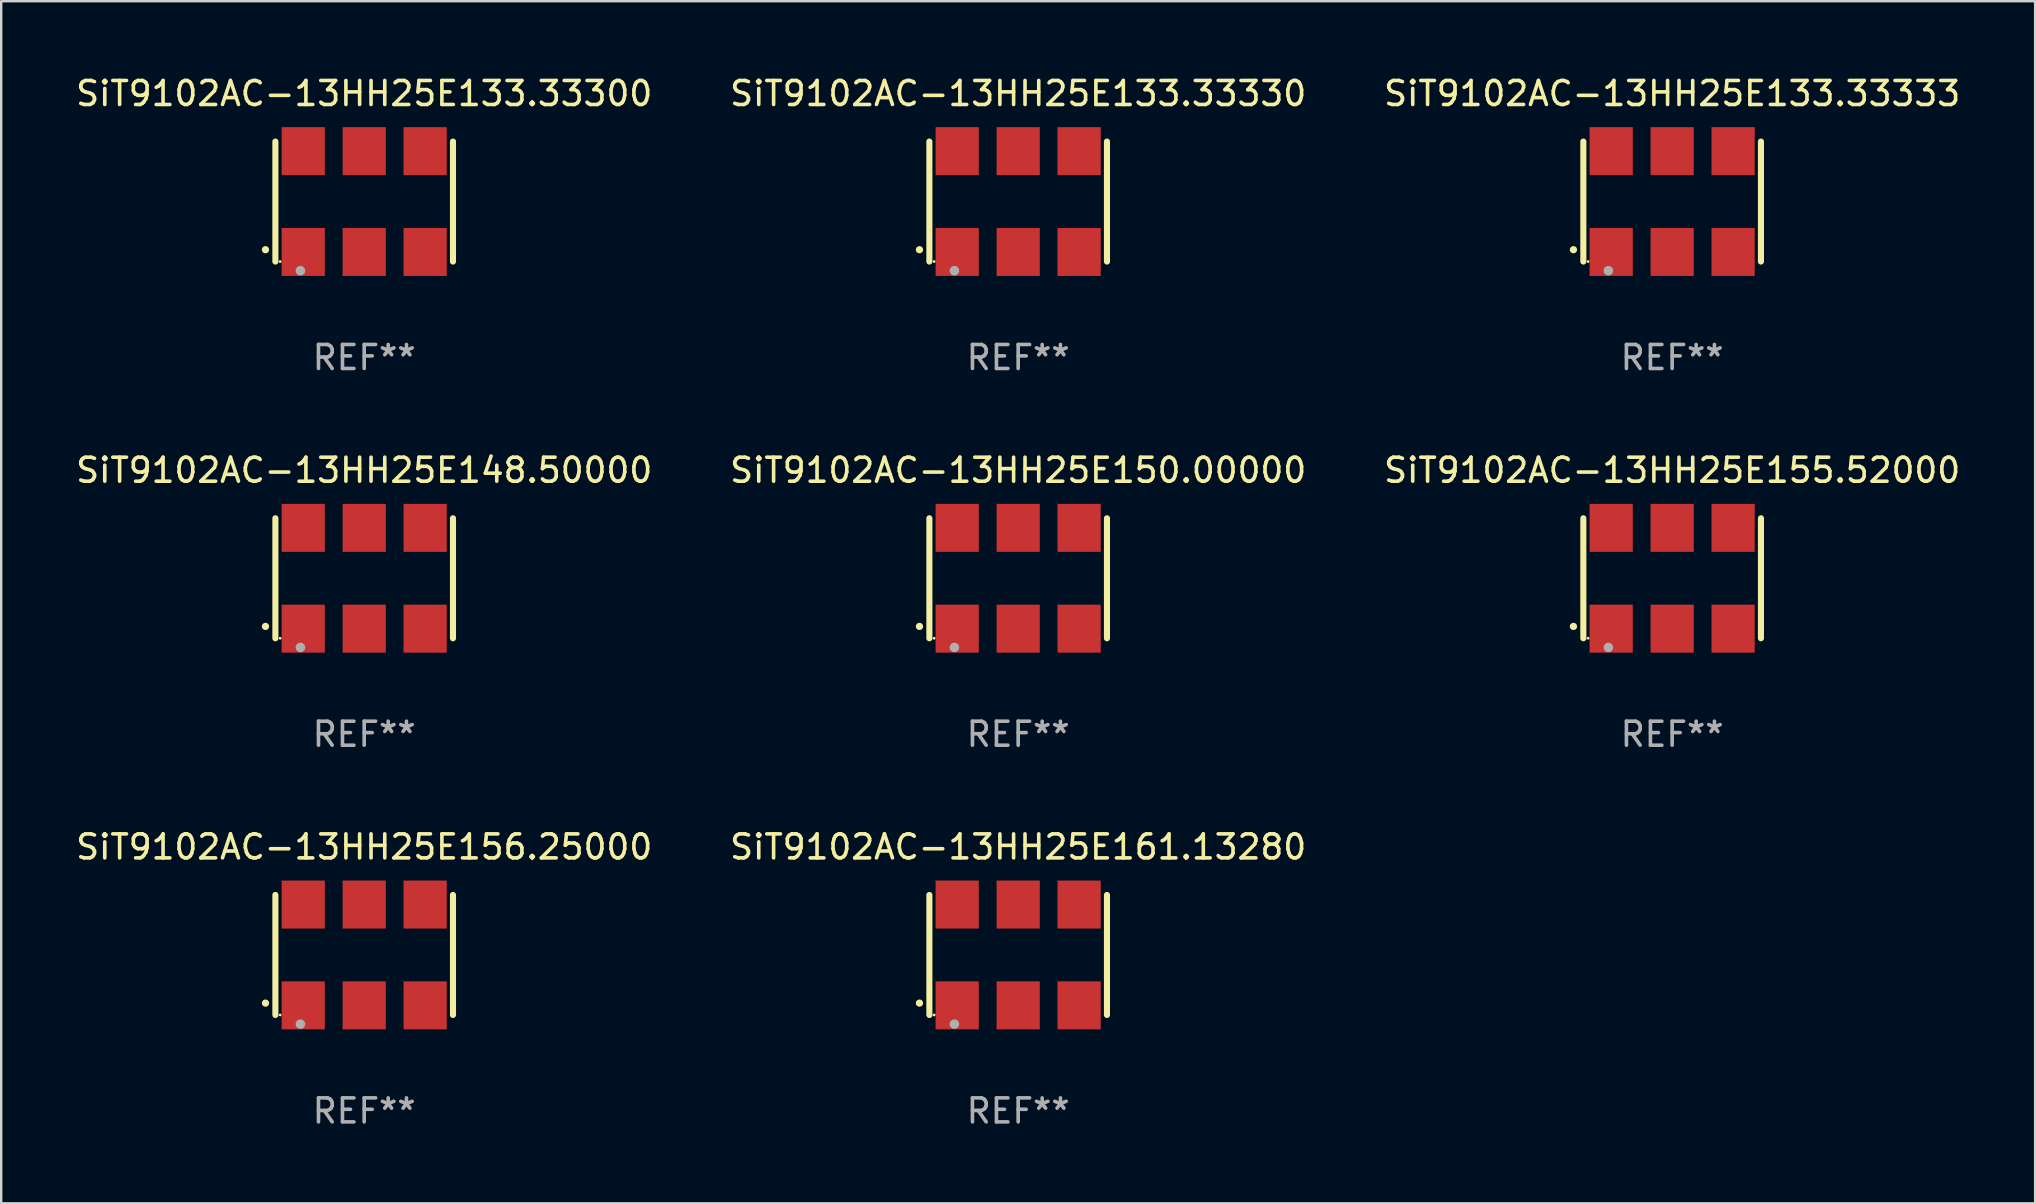
<source format=kicad_pcb>
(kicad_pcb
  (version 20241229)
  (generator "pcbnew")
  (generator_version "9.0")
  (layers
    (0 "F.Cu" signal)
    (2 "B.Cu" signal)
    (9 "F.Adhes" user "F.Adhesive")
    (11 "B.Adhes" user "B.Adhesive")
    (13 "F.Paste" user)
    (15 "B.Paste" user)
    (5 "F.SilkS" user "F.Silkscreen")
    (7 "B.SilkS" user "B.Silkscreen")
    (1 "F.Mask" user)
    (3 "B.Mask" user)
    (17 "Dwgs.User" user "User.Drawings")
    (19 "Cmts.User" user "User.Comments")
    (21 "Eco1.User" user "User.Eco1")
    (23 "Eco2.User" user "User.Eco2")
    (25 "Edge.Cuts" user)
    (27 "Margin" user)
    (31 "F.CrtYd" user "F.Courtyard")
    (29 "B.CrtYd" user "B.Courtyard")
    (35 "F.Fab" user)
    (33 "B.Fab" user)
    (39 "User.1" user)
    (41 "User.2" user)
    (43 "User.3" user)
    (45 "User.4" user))
  (footprint "SiT9102AC-13HH25E155.52000"
    (layer "F.Cu")
    (at 66.625 21.045)
    (property "Reference" "SiT9102AC-13HH25E155.52000" (at 0 -4.5 0) (layer "F.SilkS") (effects (font (size 1 1) (thickness 0.15))))
    (attr through_hole)
    (fp_line (start -3.7 -2.5) (end -3.7 2.5) (stroke (width 0.254) (type solid)) (layer "F.SilkS"))
    (fp_line (start 3.7 -2.5) (end 3.7 2.5) (stroke (width 0.254) (type solid)) (layer "F.SilkS"))
    (fp_arc (start -4.114415 2.006604) (mid -4.113145 2.006599) (end -4.111875 2.006604) (stroke (width 0.3) (type solid)) (layer "F.SilkS"))
    (fp_circle (center -3.502 2.5) (end -3.472 2.5) (stroke (width 0.06) (type solid)) (fill no) (layer "F.SilkS"))
    (fp_circle (center -2.657 2.882) (end -2.557 2.882) (stroke (width 0.2) (type solid)) (fill no) (layer "F.Fab"))
    (fp_text user "REF**" (at 0 6.5 0) (layer "F.Fab") (effects (font (size 1 1) (thickness 0.15))))
    (pad "1" smd rect (at -2.54 2.1) (size 1.8 2) (layers "F.Cu" "F.Mask" "F.Paste"))
    (pad "2" smd rect (at 0.000394 2.1) (size 1.8 2) (layers "F.Cu" "F.Mask" "F.Paste"))
    (pad "3" smd rect (at 2.54 2.1) (size 1.8 2) (layers "F.Cu" "F.Mask" "F.Paste"))
    (pad "4" smd rect (at 2.54 -2.1) (size 1.8 2) (layers "F.Cu" "F.Mask" "F.Paste"))
    (pad "5" smd rect (at 0.000394 -2.1) (size 1.8 2) (layers "F.Cu" "F.Mask" "F.Paste"))
    (pad "6" smd rect (at -2.54 -2.1) (size 1.8 2) (layers "F.Cu" "F.Mask" "F.Paste")))
  (footprint "SiT9102AC-13HH25E133.33330"
    (layer "F.Cu")
    (at 39.375 5.348)
    (property "Reference" "SiT9102AC-13HH25E133.33330" (at 0 -4.5 0) (layer "F.SilkS") (effects (font (size 1 1) (thickness 0.15))))
    (attr through_hole)
    (fp_line (start -3.7 -2.5) (end -3.7 2.5) (stroke (width 0.254) (type solid)) (layer "F.SilkS"))
    (fp_line (start 3.7 -2.5) (end 3.7 2.5) (stroke (width 0.254) (type solid)) (layer "F.SilkS"))
    (fp_arc (start -4.114415 2.006604) (mid -4.113145 2.006599) (end -4.111875 2.006604) (stroke (width 0.3) (type solid)) (layer "F.SilkS"))
    (fp_circle (center -3.502 2.5) (end -3.472 2.5) (stroke (width 0.06) (type solid)) (fill no) (layer "F.SilkS"))
    (fp_circle (center -2.657 2.882) (end -2.557 2.882) (stroke (width 0.2) (type solid)) (fill no) (layer "F.Fab"))
    (fp_text user "REF**" (at 0 6.5 0) (layer "F.Fab") (effects (font (size 1 1) (thickness 0.15))))
    (pad "1" smd rect (at -2.54 2.1) (size 1.8 2) (layers "F.Cu" "F.Mask" "F.Paste"))
    (pad "2" smd rect (at 0.000394 2.1) (size 1.8 2) (layers "F.Cu" "F.Mask" "F.Paste"))
    (pad "3" smd rect (at 2.54 2.1) (size 1.8 2) (layers "F.Cu" "F.Mask" "F.Paste"))
    (pad "4" smd rect (at 2.54 -2.1) (size 1.8 2) (layers "F.Cu" "F.Mask" "F.Paste"))
    (pad "5" smd rect (at 0.000394 -2.1) (size 1.8 2) (layers "F.Cu" "F.Mask" "F.Paste"))
    (pad "6" smd rect (at -2.54 -2.1) (size 1.8 2) (layers "F.Cu" "F.Mask" "F.Paste")))
  (footprint "SiT9102AC-13HH25E156.25000"
    (layer "F.Cu")
    (at 12.125 36.741)
    (property "Reference" "SiT9102AC-13HH25E156.25000" (at 0 -4.5 0) (layer "F.SilkS") (effects (font (size 1 1) (thickness 0.15))))
    (attr through_hole)
    (fp_line (start -3.7 -2.5) (end -3.7 2.5) (stroke (width 0.254) (type solid)) (layer "F.SilkS"))
    (fp_line (start 3.7 -2.5) (end 3.7 2.5) (stroke (width 0.254) (type solid)) (layer "F.SilkS"))
    (fp_arc (start -4.114415 2.006604) (mid -4.113145 2.006599) (end -4.111875 2.006604) (stroke (width 0.3) (type solid)) (layer "F.SilkS"))
    (fp_circle (center -3.502 2.5) (end -3.472 2.5) (stroke (width 0.06) (type solid)) (fill no) (layer "F.SilkS"))
    (fp_circle (center -2.657 2.882) (end -2.557 2.882) (stroke (width 0.2) (type solid)) (fill no) (layer "F.Fab"))
    (fp_text user "REF**" (at 0 6.5 0) (layer "F.Fab") (effects (font (size 1 1) (thickness 0.15))))
    (pad "1" smd rect (at -2.54 2.1) (size 1.8 2) (layers "F.Cu" "F.Mask" "F.Paste"))
    (pad "2" smd rect (at 0.000394 2.1) (size 1.8 2) (layers "F.Cu" "F.Mask" "F.Paste"))
    (pad "3" smd rect (at 2.54 2.1) (size 1.8 2) (layers "F.Cu" "F.Mask" "F.Paste"))
    (pad "4" smd rect (at 2.54 -2.1) (size 1.8 2) (layers "F.Cu" "F.Mask" "F.Paste"))
    (pad "5" smd rect (at 0.000394 -2.1) (size 1.8 2) (layers "F.Cu" "F.Mask" "F.Paste"))
    (pad "6" smd rect (at -2.54 -2.1) (size 1.8 2) (layers "F.Cu" "F.Mask" "F.Paste")))
  (footprint "SiT9102AC-13HH25E148.50000"
    (layer "F.Cu")
    (at 12.125 21.045)
    (property "Reference" "SiT9102AC-13HH25E148.50000" (at 0 -4.5 0) (layer "F.SilkS") (effects (font (size 1 1) (thickness 0.15))))
    (attr through_hole)
    (fp_line (start -3.7 -2.5) (end -3.7 2.5) (stroke (width 0.254) (type solid)) (layer "F.SilkS"))
    (fp_line (start 3.7 -2.5) (end 3.7 2.5) (stroke (width 0.254) (type solid)) (layer "F.SilkS"))
    (fp_arc (start -4.114415 2.006604) (mid -4.113145 2.006599) (end -4.111875 2.006604) (stroke (width 0.3) (type solid)) (layer "F.SilkS"))
    (fp_circle (center -3.502 2.5) (end -3.472 2.5) (stroke (width 0.06) (type solid)) (fill no) (layer "F.SilkS"))
    (fp_circle (center -2.657 2.882) (end -2.557 2.882) (stroke (width 0.2) (type solid)) (fill no) (layer "F.Fab"))
    (fp_text user "REF**" (at 0 6.5 0) (layer "F.Fab") (effects (font (size 1 1) (thickness 0.15))))
    (pad "1" smd rect (at -2.54 2.1) (size 1.8 2) (layers "F.Cu" "F.Mask" "F.Paste"))
    (pad "2" smd rect (at 0.000394 2.1) (size 1.8 2) (layers "F.Cu" "F.Mask" "F.Paste"))
    (pad "3" smd rect (at 2.54 2.1) (size 1.8 2) (layers "F.Cu" "F.Mask" "F.Paste"))
    (pad "4" smd rect (at 2.54 -2.1) (size 1.8 2) (layers "F.Cu" "F.Mask" "F.Paste"))
    (pad "5" smd rect (at 0.000394 -2.1) (size 1.8 2) (layers "F.Cu" "F.Mask" "F.Paste"))
    (pad "6" smd rect (at -2.54 -2.1) (size 1.8 2) (layers "F.Cu" "F.Mask" "F.Paste")))
  (footprint "SiT9102AC-13HH25E150.00000"
    (layer "F.Cu")
    (at 39.375 21.045)
    (property "Reference" "SiT9102AC-13HH25E150.00000" (at 0 -4.5 0) (layer "F.SilkS") (effects (font (size 1 1) (thickness 0.15))))
    (attr through_hole)
    (fp_line (start -3.7 -2.5) (end -3.7 2.5) (stroke (width 0.254) (type solid)) (layer "F.SilkS"))
    (fp_line (start 3.7 -2.5) (end 3.7 2.5) (stroke (width 0.254) (type solid)) (layer "F.SilkS"))
    (fp_arc (start -4.114415 2.006604) (mid -4.113145 2.006599) (end -4.111875 2.006604) (stroke (width 0.3) (type solid)) (layer "F.SilkS"))
    (fp_circle (center -3.502 2.5) (end -3.472 2.5) (stroke (width 0.06) (type solid)) (fill no) (layer "F.SilkS"))
    (fp_circle (center -2.657 2.882) (end -2.557 2.882) (stroke (width 0.2) (type solid)) (fill no) (layer "F.Fab"))
    (fp_text user "REF**" (at 0 6.5 0) (layer "F.Fab") (effects (font (size 1 1) (thickness 0.15))))
    (pad "1" smd rect (at -2.54 2.1) (size 1.8 2) (layers "F.Cu" "F.Mask" "F.Paste"))
    (pad "2" smd rect (at 0.000394 2.1) (size 1.8 2) (layers "F.Cu" "F.Mask" "F.Paste"))
    (pad "3" smd rect (at 2.54 2.1) (size 1.8 2) (layers "F.Cu" "F.Mask" "F.Paste"))
    (pad "4" smd rect (at 2.54 -2.1) (size 1.8 2) (layers "F.Cu" "F.Mask" "F.Paste"))
    (pad "5" smd rect (at 0.000394 -2.1) (size 1.8 2) (layers "F.Cu" "F.Mask" "F.Paste"))
    (pad "6" smd rect (at -2.54 -2.1) (size 1.8 2) (layers "F.Cu" "F.Mask" "F.Paste")))
  (footprint "SiT9102AC-13HH25E133.33300"
    (layer "F.Cu")
    (at 12.125 5.348)
    (property "Reference" "SiT9102AC-13HH25E133.33300" (at 0 -4.5 0) (layer "F.SilkS") (effects (font (size 1 1) (thickness 0.15))))
    (attr through_hole)
    (fp_line (start -3.7 -2.5) (end -3.7 2.5) (stroke (width 0.254) (type solid)) (layer "F.SilkS"))
    (fp_line (start 3.7 -2.5) (end 3.7 2.5) (stroke (width 0.254) (type solid)) (layer "F.SilkS"))
    (fp_arc (start -4.114415 2.006604) (mid -4.113145 2.006599) (end -4.111875 2.006604) (stroke (width 0.3) (type solid)) (layer "F.SilkS"))
    (fp_circle (center -3.502 2.5) (end -3.472 2.5) (stroke (width 0.06) (type solid)) (fill no) (layer "F.SilkS"))
    (fp_circle (center -2.657 2.882) (end -2.557 2.882) (stroke (width 0.2) (type solid)) (fill no) (layer "F.Fab"))
    (fp_text user "REF**" (at 0 6.5 0) (layer "F.Fab") (effects (font (size 1 1) (thickness 0.15))))
    (pad "1" smd rect (at -2.54 2.1) (size 1.8 2) (layers "F.Cu" "F.Mask" "F.Paste"))
    (pad "2" smd rect (at 0.000394 2.1) (size 1.8 2) (layers "F.Cu" "F.Mask" "F.Paste"))
    (pad "3" smd rect (at 2.54 2.1) (size 1.8 2) (layers "F.Cu" "F.Mask" "F.Paste"))
    (pad "4" smd rect (at 2.54 -2.1) (size 1.8 2) (layers "F.Cu" "F.Mask" "F.Paste"))
    (pad "5" smd rect (at 0.000394 -2.1) (size 1.8 2) (layers "F.Cu" "F.Mask" "F.Paste"))
    (pad "6" smd rect (at -2.54 -2.1) (size 1.8 2) (layers "F.Cu" "F.Mask" "F.Paste")))
  (footprint "SiT9102AC-13HH25E133.33333"
    (layer "F.Cu")
    (at 66.625 5.348)
    (property "Reference" "SiT9102AC-13HH25E133.33333" (at 0 -4.5 0) (layer "F.SilkS") (effects (font (size 1 1) (thickness 0.15))))
    (attr through_hole)
    (fp_line (start -3.7 -2.5) (end -3.7 2.5) (stroke (width 0.254) (type solid)) (layer "F.SilkS"))
    (fp_line (start 3.7 -2.5) (end 3.7 2.5) (stroke (width 0.254) (type solid)) (layer "F.SilkS"))
    (fp_arc (start -4.114415 2.006604) (mid -4.113145 2.006599) (end -4.111875 2.006604) (stroke (width 0.3) (type solid)) (layer "F.SilkS"))
    (fp_circle (center -3.502 2.5) (end -3.472 2.5) (stroke (width 0.06) (type solid)) (fill no) (layer "F.SilkS"))
    (fp_circle (center -2.657 2.882) (end -2.557 2.882) (stroke (width 0.2) (type solid)) (fill no) (layer "F.Fab"))
    (fp_text user "REF**" (at 0 6.5 0) (layer "F.Fab") (effects (font (size 1 1) (thickness 0.15))))
    (pad "1" smd rect (at -2.54 2.1) (size 1.8 2) (layers "F.Cu" "F.Mask" "F.Paste"))
    (pad "2" smd rect (at 0.000394 2.1) (size 1.8 2) (layers "F.Cu" "F.Mask" "F.Paste"))
    (pad "3" smd rect (at 2.54 2.1) (size 1.8 2) (layers "F.Cu" "F.Mask" "F.Paste"))
    (pad "4" smd rect (at 2.54 -2.1) (size 1.8 2) (layers "F.Cu" "F.Mask" "F.Paste"))
    (pad "5" smd rect (at 0.000394 -2.1) (size 1.8 2) (layers "F.Cu" "F.Mask" "F.Paste"))
    (pad "6" smd rect (at -2.54 -2.1) (size 1.8 2) (layers "F.Cu" "F.Mask" "F.Paste")))
  (footprint "SiT9102AC-13HH25E161.13280"
    (layer "F.Cu")
    (at 39.375 36.741)
    (property "Reference" "SiT9102AC-13HH25E161.13280" (at 0 -4.5 0) (layer "F.SilkS") (effects (font (size 1 1) (thickness 0.15))))
    (attr through_hole)
    (fp_line (start -3.7 -2.5) (end -3.7 2.5) (stroke (width 0.254) (type solid)) (layer "F.SilkS"))
    (fp_line (start 3.7 -2.5) (end 3.7 2.5) (stroke (width 0.254) (type solid)) (layer "F.SilkS"))
    (fp_arc (start -4.114415 2.006604) (mid -4.113145 2.006599) (end -4.111875 2.006604) (stroke (width 0.3) (type solid)) (layer "F.SilkS"))
    (fp_circle (center -3.502 2.5) (end -3.472 2.5) (stroke (width 0.06) (type solid)) (fill no) (layer "F.SilkS"))
    (fp_circle (center -2.657 2.882) (end -2.557 2.882) (stroke (width 0.2) (type solid)) (fill no) (layer "F.Fab"))
    (fp_text user "REF**" (at 0 6.5 0) (layer "F.Fab") (effects (font (size 1 1) (thickness 0.15))))
    (pad "1" smd rect (at -2.54 2.1) (size 1.8 2) (layers "F.Cu" "F.Mask" "F.Paste"))
    (pad "2" smd rect (at 0.000394 2.1) (size 1.8 2) (layers "F.Cu" "F.Mask" "F.Paste"))
    (pad "3" smd rect (at 2.54 2.1) (size 1.8 2) (layers "F.Cu" "F.Mask" "F.Paste"))
    (pad "4" smd rect (at 2.54 -2.1) (size 1.8 2) (layers "F.Cu" "F.Mask" "F.Paste"))
    (pad "5" smd rect (at 0.000394 -2.1) (size 1.8 2) (layers "F.Cu" "F.Mask" "F.Paste"))
    (pad "6" smd rect (at -2.54 -2.1) (size 1.8 2) (layers "F.Cu" "F.Mask" "F.Paste")))
  (gr_rect
    (start -3 -3)
    (end 81.75 47.09)
    (stroke (width 0.1) (type default))
    (fill no)
    (layer "Edge.Cuts")))
</source>
